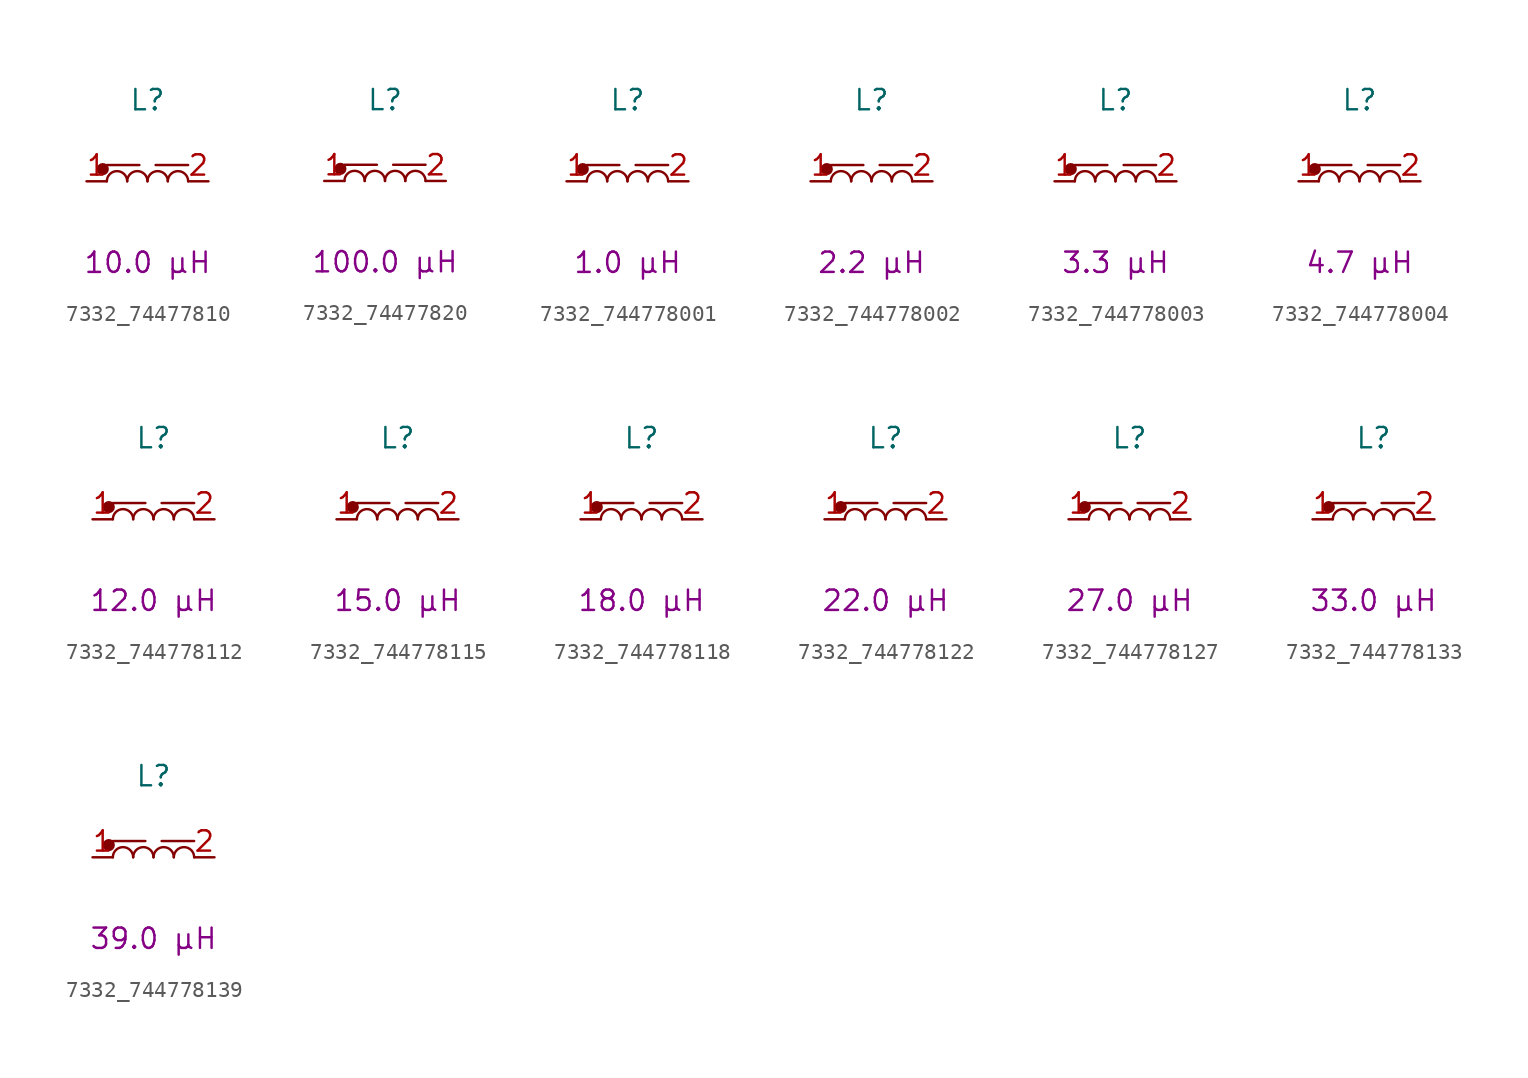
<source format=kicad_sym>
(kicad_symbol_lib
  (version 20220914)
  (generator kicad_symbol_editor)
  (symbol "7332_74477810"
    (pin_names hide)
    (property "Reference" "L"
      (at 0 5.08 0)
      (effects (font (size 1.27 1.27))))
    (property "Critical Parameter" "10.0 µH"
      (at 0 -5.08 0)
      (effects (font (size 1.27 1.27))))
    (symbol "7332_74477810_0_1"
      (arc (start -1.27 0) (mid -1.905 0.6323) (end -2.54 0) (stroke (width 0) (type default)) (fill (type none)))
      (arc (start 0 0) (mid -0.635 0.6323) (end -1.27 0) (stroke (width 0) (type default)) (fill (type none)))
      (polyline (pts (xy -2.54 1.016) (xy -0.508 1.016)) (stroke (width 0) (type default)) (fill (type none)))
      (arc (start 1.27 0) (mid 0.635 0.6323) (end 0 0) (stroke (width 0) (type default)) (fill (type none)))
      (arc (start 2.54 0) (mid 1.905 0.6323) (end 1.27 0) (stroke (width 0) (type default)) (fill (type none))))
    (symbol "7332_74477810_1_1"
      (circle (center -2.794 0.762) (radius 0.0001) (stroke (width 0.381) (type default)) (fill (type none)))
      (polyline (pts (xy 2.54 1.016) (xy 0.508 1.016)) (stroke (width 0) (type default)) (fill (type none)))
      (pin passive line (at -3.81 0 0) (length 1.27) (name "1" (effects (font (size 1.27 1.27)))) (number "1" (effects (font (size 1.27 1.27)))))
      (pin passive line (at 3.81 0 180) (length 1.27) (name "2" (effects (font (size 1.27 1.27)))) (number "2" (effects (font (size 1.27 1.27)))))))
  (symbol "7332_74477820"
    (pin_names hide)
    (property "Reference" "L"
      (at 0 5.08 0)
      (effects (font (size 1.27 1.27))))
    (property "Critical Parameter" "100.0 µH"
      (at 0 -5.08 0)
      (effects (font (size 1.27 1.27))))
    (symbol "7332_74477820_0_1"
      (arc (start -1.27 0) (mid -1.905 0.6323) (end -2.54 0) (stroke (width 0) (type default)) (fill (type none)))
      (arc (start 0 0) (mid -0.635 0.6323) (end -1.27 0) (stroke (width 0) (type default)) (fill (type none)))
      (polyline (pts (xy -2.54 1.016) (xy -0.508 1.016)) (stroke (width 0) (type default)) (fill (type none)))
      (arc (start 1.27 0) (mid 0.635 0.6323) (end 0 0) (stroke (width 0) (type default)) (fill (type none)))
      (arc (start 2.54 0) (mid 1.905 0.6323) (end 1.27 0) (stroke (width 0) (type default)) (fill (type none))))
    (symbol "7332_74477820_1_1"
      (circle (center -2.794 0.762) (radius 0.0001) (stroke (width 0.381) (type default)) (fill (type none)))
      (polyline (pts (xy 2.54 1.016) (xy 0.508 1.016)) (stroke (width 0) (type default)) (fill (type none)))
      (pin passive line (at -3.81 0 0) (length 1.27) (name "1" (effects (font (size 1.27 1.27)))) (number "1" (effects (font (size 1.27 1.27)))))
      (pin passive line (at 3.81 0 180) (length 1.27) (name "2" (effects (font (size 1.27 1.27)))) (number "2" (effects (font (size 1.27 1.27)))))))
  (symbol "7332_744778001"
    (pin_names hide)
    (property "Reference" "L"
      (at 0 5.08 0)
      (effects (font (size 1.27 1.27))))
    (property "Critical Parameter" "1.0 µH"
      (at 0 -5.08 0)
      (effects (font (size 1.27 1.27))))
    (symbol "7332_744778001_0_1"
      (arc (start -1.27 0) (mid -1.905 0.6323) (end -2.54 0) (stroke (width 0) (type default)) (fill (type none)))
      (arc (start 0 0) (mid -0.635 0.6323) (end -1.27 0) (stroke (width 0) (type default)) (fill (type none)))
      (polyline (pts (xy -2.54 1.016) (xy -0.508 1.016)) (stroke (width 0) (type default)) (fill (type none)))
      (arc (start 1.27 0) (mid 0.635 0.6323) (end 0 0) (stroke (width 0) (type default)) (fill (type none)))
      (arc (start 2.54 0) (mid 1.905 0.6323) (end 1.27 0) (stroke (width 0) (type default)) (fill (type none))))
    (symbol "7332_744778001_1_1"
      (circle (center -2.794 0.762) (radius 0.0001) (stroke (width 0.381) (type default)) (fill (type none)))
      (polyline (pts (xy 2.54 1.016) (xy 0.508 1.016)) (stroke (width 0) (type default)) (fill (type none)))
      (pin passive line (at -3.81 0 0) (length 1.27) (name "1" (effects (font (size 1.27 1.27)))) (number "1" (effects (font (size 1.27 1.27)))))
      (pin passive line (at 3.81 0 180) (length 1.27) (name "2" (effects (font (size 1.27 1.27)))) (number "2" (effects (font (size 1.27 1.27)))))))
  (symbol "7332_744778002"
    (pin_names hide)
    (property "Reference" "L"
      (at 0 5.08 0)
      (effects (font (size 1.27 1.27))))
    (property "Critical Parameter" "2.2 µH"
      (at 0 -5.08 0)
      (effects (font (size 1.27 1.27))))
    (symbol "7332_744778002_0_1"
      (arc (start -1.27 0) (mid -1.905 0.6323) (end -2.54 0) (stroke (width 0) (type default)) (fill (type none)))
      (arc (start 0 0) (mid -0.635 0.6323) (end -1.27 0) (stroke (width 0) (type default)) (fill (type none)))
      (polyline (pts (xy -2.54 1.016) (xy -0.508 1.016)) (stroke (width 0) (type default)) (fill (type none)))
      (arc (start 1.27 0) (mid 0.635 0.6323) (end 0 0) (stroke (width 0) (type default)) (fill (type none)))
      (arc (start 2.54 0) (mid 1.905 0.6323) (end 1.27 0) (stroke (width 0) (type default)) (fill (type none))))
    (symbol "7332_744778002_1_1"
      (circle (center -2.794 0.762) (radius 0.0001) (stroke (width 0.381) (type default)) (fill (type none)))
      (polyline (pts (xy 2.54 1.016) (xy 0.508 1.016)) (stroke (width 0) (type default)) (fill (type none)))
      (pin passive line (at -3.81 0 0) (length 1.27) (name "1" (effects (font (size 1.27 1.27)))) (number "1" (effects (font (size 1.27 1.27)))))
      (pin passive line (at 3.81 0 180) (length 1.27) (name "2" (effects (font (size 1.27 1.27)))) (number "2" (effects (font (size 1.27 1.27)))))))
  (symbol "7332_744778003"
    (pin_names hide)
    (property "Reference" "L"
      (at 0 5.08 0)
      (effects (font (size 1.27 1.27))))
    (property "Critical Parameter" "3.3 µH"
      (at 0 -5.08 0)
      (effects (font (size 1.27 1.27))))
    (symbol "7332_744778003_0_1"
      (arc (start -1.27 0) (mid -1.905 0.6323) (end -2.54 0) (stroke (width 0) (type default)) (fill (type none)))
      (arc (start 0 0) (mid -0.635 0.6323) (end -1.27 0) (stroke (width 0) (type default)) (fill (type none)))
      (polyline (pts (xy -2.54 1.016) (xy -0.508 1.016)) (stroke (width 0) (type default)) (fill (type none)))
      (arc (start 1.27 0) (mid 0.635 0.6323) (end 0 0) (stroke (width 0) (type default)) (fill (type none)))
      (arc (start 2.54 0) (mid 1.905 0.6323) (end 1.27 0) (stroke (width 0) (type default)) (fill (type none))))
    (symbol "7332_744778003_1_1"
      (circle (center -2.794 0.762) (radius 0.0001) (stroke (width 0.381) (type default)) (fill (type none)))
      (polyline (pts (xy 2.54 1.016) (xy 0.508 1.016)) (stroke (width 0) (type default)) (fill (type none)))
      (pin passive line (at -3.81 0 0) (length 1.27) (name "1" (effects (font (size 1.27 1.27)))) (number "1" (effects (font (size 1.27 1.27)))))
      (pin passive line (at 3.81 0 180) (length 1.27) (name "2" (effects (font (size 1.27 1.27)))) (number "2" (effects (font (size 1.27 1.27)))))))
  (symbol "7332_744778004"
    (pin_names hide)
    (property "Reference" "L"
      (at 0 5.08 0)
      (effects (font (size 1.27 1.27))))
    (property "Critical Parameter" "4.7 µH"
      (at 0 -5.08 0)
      (effects (font (size 1.27 1.27))))
    (symbol "7332_744778004_0_1"
      (arc (start -1.27 0) (mid -1.905 0.6323) (end -2.54 0) (stroke (width 0) (type default)) (fill (type none)))
      (arc (start 0 0) (mid -0.635 0.6323) (end -1.27 0) (stroke (width 0) (type default)) (fill (type none)))
      (polyline (pts (xy -2.54 1.016) (xy -0.508 1.016)) (stroke (width 0) (type default)) (fill (type none)))
      (arc (start 1.27 0) (mid 0.635 0.6323) (end 0 0) (stroke (width 0) (type default)) (fill (type none)))
      (arc (start 2.54 0) (mid 1.905 0.6323) (end 1.27 0) (stroke (width 0) (type default)) (fill (type none))))
    (symbol "7332_744778004_1_1"
      (circle (center -2.794 0.762) (radius 0.0001) (stroke (width 0.381) (type default)) (fill (type none)))
      (polyline (pts (xy 2.54 1.016) (xy 0.508 1.016)) (stroke (width 0) (type default)) (fill (type none)))
      (pin passive line (at -3.81 0 0) (length 1.27) (name "1" (effects (font (size 1.27 1.27)))) (number "1" (effects (font (size 1.27 1.27)))))
      (pin passive line (at 3.81 0 180) (length 1.27) (name "2" (effects (font (size 1.27 1.27)))) (number "2" (effects (font (size 1.27 1.27)))))))
  (symbol "7332_744778112"
    (pin_names hide)
    (property "Reference" "L"
      (at 0 5.08 0)
      (effects (font (size 1.27 1.27))))
    (property "Critical Parameter" "12.0 µH"
      (at 0 -5.08 0)
      (effects (font (size 1.27 1.27))))
    (symbol "7332_744778112_0_1"
      (arc (start -1.27 0) (mid -1.905 0.6323) (end -2.54 0) (stroke (width 0) (type default)) (fill (type none)))
      (arc (start 0 0) (mid -0.635 0.6323) (end -1.27 0) (stroke (width 0) (type default)) (fill (type none)))
      (polyline (pts (xy -2.54 1.016) (xy -0.508 1.016)) (stroke (width 0) (type default)) (fill (type none)))
      (arc (start 1.27 0) (mid 0.635 0.6323) (end 0 0) (stroke (width 0) (type default)) (fill (type none)))
      (arc (start 2.54 0) (mid 1.905 0.6323) (end 1.27 0) (stroke (width 0) (type default)) (fill (type none))))
    (symbol "7332_744778112_1_1"
      (circle (center -2.794 0.762) (radius 0.0001) (stroke (width 0.381) (type default)) (fill (type none)))
      (polyline (pts (xy 2.54 1.016) (xy 0.508 1.016)) (stroke (width 0) (type default)) (fill (type none)))
      (pin passive line (at -3.81 0 0) (length 1.27) (name "1" (effects (font (size 1.27 1.27)))) (number "1" (effects (font (size 1.27 1.27)))))
      (pin passive line (at 3.81 0 180) (length 1.27) (name "2" (effects (font (size 1.27 1.27)))) (number "2" (effects (font (size 1.27 1.27)))))))
  (symbol "7332_744778115"
    (pin_names hide)
    (property "Reference" "L"
      (at 0 5.08 0)
      (effects (font (size 1.27 1.27))))
    (property "Critical Parameter" "15.0 µH"
      (at 0 -5.08 0)
      (effects (font (size 1.27 1.27))))
    (symbol "7332_744778115_0_1"
      (arc (start -1.27 0) (mid -1.905 0.6323) (end -2.54 0) (stroke (width 0) (type default)) (fill (type none)))
      (arc (start 0 0) (mid -0.635 0.6323) (end -1.27 0) (stroke (width 0) (type default)) (fill (type none)))
      (polyline (pts (xy -2.54 1.016) (xy -0.508 1.016)) (stroke (width 0) (type default)) (fill (type none)))
      (arc (start 1.27 0) (mid 0.635 0.6323) (end 0 0) (stroke (width 0) (type default)) (fill (type none)))
      (arc (start 2.54 0) (mid 1.905 0.6323) (end 1.27 0) (stroke (width 0) (type default)) (fill (type none))))
    (symbol "7332_744778115_1_1"
      (circle (center -2.794 0.762) (radius 0.0001) (stroke (width 0.381) (type default)) (fill (type none)))
      (polyline (pts (xy 2.54 1.016) (xy 0.508 1.016)) (stroke (width 0) (type default)) (fill (type none)))
      (pin passive line (at -3.81 0 0) (length 1.27) (name "1" (effects (font (size 1.27 1.27)))) (number "1" (effects (font (size 1.27 1.27)))))
      (pin passive line (at 3.81 0 180) (length 1.27) (name "2" (effects (font (size 1.27 1.27)))) (number "2" (effects (font (size 1.27 1.27)))))))
  (symbol "7332_744778118"
    (pin_names hide)
    (property "Reference" "L"
      (at 0 5.08 0)
      (effects (font (size 1.27 1.27))))
    (property "Critical Parameter" "18.0 µH"
      (at 0 -5.08 0)
      (effects (font (size 1.27 1.27))))
    (symbol "7332_744778118_0_1"
      (arc (start -1.27 0) (mid -1.905 0.6323) (end -2.54 0) (stroke (width 0) (type default)) (fill (type none)))
      (arc (start 0 0) (mid -0.635 0.6323) (end -1.27 0) (stroke (width 0) (type default)) (fill (type none)))
      (polyline (pts (xy -2.54 1.016) (xy -0.508 1.016)) (stroke (width 0) (type default)) (fill (type none)))
      (arc (start 1.27 0) (mid 0.635 0.6323) (end 0 0) (stroke (width 0) (type default)) (fill (type none)))
      (arc (start 2.54 0) (mid 1.905 0.6323) (end 1.27 0) (stroke (width 0) (type default)) (fill (type none))))
    (symbol "7332_744778118_1_1"
      (circle (center -2.794 0.762) (radius 0.0001) (stroke (width 0.381) (type default)) (fill (type none)))
      (polyline (pts (xy 2.54 1.016) (xy 0.508 1.016)) (stroke (width 0) (type default)) (fill (type none)))
      (pin passive line (at -3.81 0 0) (length 1.27) (name "1" (effects (font (size 1.27 1.27)))) (number "1" (effects (font (size 1.27 1.27)))))
      (pin passive line (at 3.81 0 180) (length 1.27) (name "2" (effects (font (size 1.27 1.27)))) (number "2" (effects (font (size 1.27 1.27)))))))
  (symbol "7332_744778122"
    (pin_names hide)
    (property "Reference" "L"
      (at 0 5.08 0)
      (effects (font (size 1.27 1.27))))
    (property "Critical Parameter" "22.0 µH"
      (at 0 -5.08 0)
      (effects (font (size 1.27 1.27))))
    (symbol "7332_744778122_0_1"
      (arc (start -1.27 0) (mid -1.905 0.6323) (end -2.54 0) (stroke (width 0) (type default)) (fill (type none)))
      (arc (start 0 0) (mid -0.635 0.6323) (end -1.27 0) (stroke (width 0) (type default)) (fill (type none)))
      (polyline (pts (xy -2.54 1.016) (xy -0.508 1.016)) (stroke (width 0) (type default)) (fill (type none)))
      (arc (start 1.27 0) (mid 0.635 0.6323) (end 0 0) (stroke (width 0) (type default)) (fill (type none)))
      (arc (start 2.54 0) (mid 1.905 0.6323) (end 1.27 0) (stroke (width 0) (type default)) (fill (type none))))
    (symbol "7332_744778122_1_1"
      (circle (center -2.794 0.762) (radius 0.0001) (stroke (width 0.381) (type default)) (fill (type none)))
      (polyline (pts (xy 2.54 1.016) (xy 0.508 1.016)) (stroke (width 0) (type default)) (fill (type none)))
      (pin passive line (at -3.81 0 0) (length 1.27) (name "1" (effects (font (size 1.27 1.27)))) (number "1" (effects (font (size 1.27 1.27)))))
      (pin passive line (at 3.81 0 180) (length 1.27) (name "2" (effects (font (size 1.27 1.27)))) (number "2" (effects (font (size 1.27 1.27)))))))
  (symbol "7332_744778127"
    (pin_names hide)
    (property "Reference" "L"
      (at 0 5.08 0)
      (effects (font (size 1.27 1.27))))
    (property "Critical Parameter" "27.0 µH"
      (at 0 -5.08 0)
      (effects (font (size 1.27 1.27))))
    (symbol "7332_744778127_0_1"
      (arc (start -1.27 0) (mid -1.905 0.6323) (end -2.54 0) (stroke (width 0) (type default)) (fill (type none)))
      (arc (start 0 0) (mid -0.635 0.6323) (end -1.27 0) (stroke (width 0) (type default)) (fill (type none)))
      (polyline (pts (xy -2.54 1.016) (xy -0.508 1.016)) (stroke (width 0) (type default)) (fill (type none)))
      (arc (start 1.27 0) (mid 0.635 0.6323) (end 0 0) (stroke (width 0) (type default)) (fill (type none)))
      (arc (start 2.54 0) (mid 1.905 0.6323) (end 1.27 0) (stroke (width 0) (type default)) (fill (type none))))
    (symbol "7332_744778127_1_1"
      (circle (center -2.794 0.762) (radius 0.0001) (stroke (width 0.381) (type default)) (fill (type none)))
      (polyline (pts (xy 2.54 1.016) (xy 0.508 1.016)) (stroke (width 0) (type default)) (fill (type none)))
      (pin passive line (at -3.81 0 0) (length 1.27) (name "1" (effects (font (size 1.27 1.27)))) (number "1" (effects (font (size 1.27 1.27)))))
      (pin passive line (at 3.81 0 180) (length 1.27) (name "2" (effects (font (size 1.27 1.27)))) (number "2" (effects (font (size 1.27 1.27)))))))
  (symbol "7332_744778133"
    (pin_names hide)
    (property "Reference" "L"
      (at 0 5.08 0)
      (effects (font (size 1.27 1.27))))
    (property "Critical Parameter" "33.0 µH"
      (at 0 -5.08 0)
      (effects (font (size 1.27 1.27))))
    (symbol "7332_744778133_0_1"
      (arc (start -1.27 0) (mid -1.905 0.6323) (end -2.54 0) (stroke (width 0) (type default)) (fill (type none)))
      (arc (start 0 0) (mid -0.635 0.6323) (end -1.27 0) (stroke (width 0) (type default)) (fill (type none)))
      (polyline (pts (xy -2.54 1.016) (xy -0.508 1.016)) (stroke (width 0) (type default)) (fill (type none)))
      (arc (start 1.27 0) (mid 0.635 0.6323) (end 0 0) (stroke (width 0) (type default)) (fill (type none)))
      (arc (start 2.54 0) (mid 1.905 0.6323) (end 1.27 0) (stroke (width 0) (type default)) (fill (type none))))
    (symbol "7332_744778133_1_1"
      (circle (center -2.794 0.762) (radius 0.0001) (stroke (width 0.381) (type default)) (fill (type none)))
      (polyline (pts (xy 2.54 1.016) (xy 0.508 1.016)) (stroke (width 0) (type default)) (fill (type none)))
      (pin passive line (at -3.81 0 0) (length 1.27) (name "1" (effects (font (size 1.27 1.27)))) (number "1" (effects (font (size 1.27 1.27)))))
      (pin passive line (at 3.81 0 180) (length 1.27) (name "2" (effects (font (size 1.27 1.27)))) (number "2" (effects (font (size 1.27 1.27)))))))
  (symbol "7332_744778139"
    (pin_names hide)
    (property "Reference" "L"
      (at 0 5.08 0)
      (effects (font (size 1.27 1.27))))
    (property "Critical Parameter" "39.0 µH"
      (at 0 -5.08 0)
      (effects (font (size 1.27 1.27))))
    (symbol "7332_744778139_0_1"
      (arc (start -1.27 0) (mid -1.905 0.6323) (end -2.54 0) (stroke (width 0) (type default)) (fill (type none)))
      (arc (start 0 0) (mid -0.635 0.6323) (end -1.27 0) (stroke (width 0) (type default)) (fill (type none)))
      (polyline (pts (xy -2.54 1.016) (xy -0.508 1.016)) (stroke (width 0) (type default)) (fill (type none)))
      (arc (start 1.27 0) (mid 0.635 0.6323) (end 0 0) (stroke (width 0) (type default)) (fill (type none)))
      (arc (start 2.54 0) (mid 1.905 0.6323) (end 1.27 0) (stroke (width 0) (type default)) (fill (type none))))
    (symbol "7332_744778139_1_1"
      (circle (center -2.794 0.762) (radius 0.0001) (stroke (width 0.381) (type default)) (fill (type none)))
      (polyline (pts (xy 2.54 1.016) (xy 0.508 1.016)) (stroke (width 0) (type default)) (fill (type none)))
      (pin passive line (at -3.81 0 0) (length 1.27) (name "1" (effects (font (size 1.27 1.27)))) (number "1" (effects (font (size 1.27 1.27)))))
      (pin passive line (at 3.81 0 180) (length 1.27) (name "2" (effects (font (size 1.27 1.27)))) (number "2" (effects (font (size 1.27 1.27))))))))
</source>
